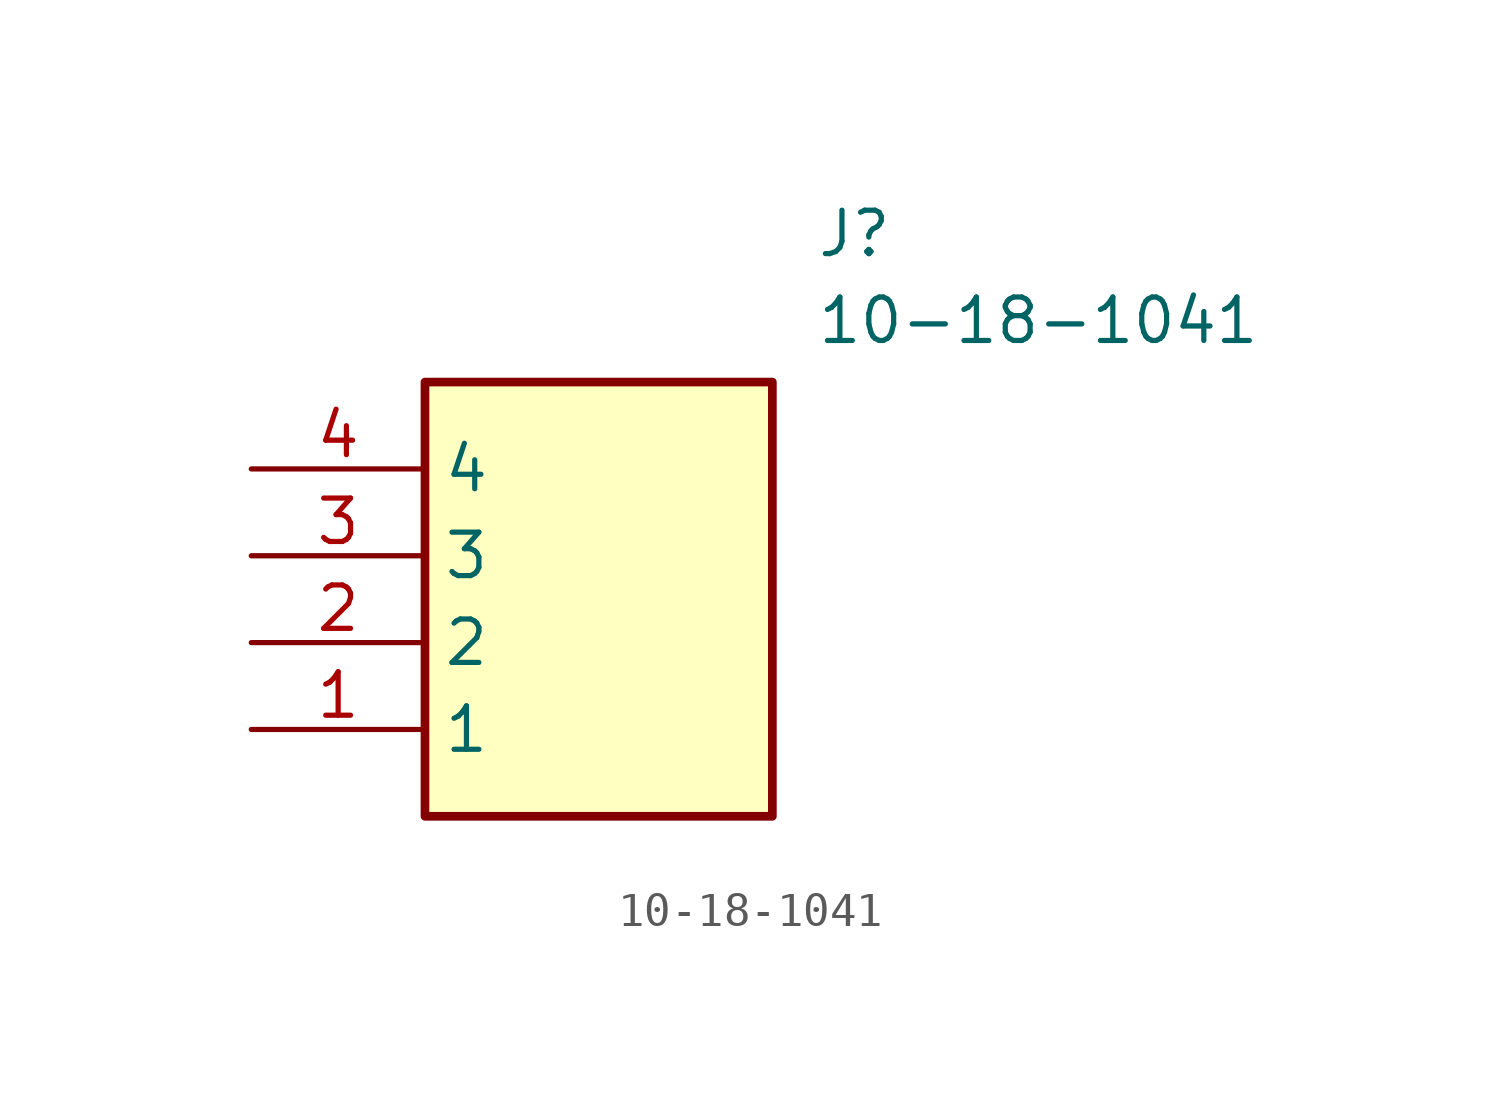
<source format=kicad_sym>
(kicad_symbol_lib
  (version 20211014)
  (generator SamacSys_ECAD_Model)
  (symbol "10-18-1041"
    (property "Reference" "J"
      (at 16.51 7.62 0)
      (effects (font (size 1.27 1.27)) (justify left top)))
    (property "Value" "10-18-1041"
      (at 16.51 5.08 0)
      (effects (font (size 1.27 1.27)) (justify left top)))
    (rectangle
      (start 5.08 2.54)
      (end 15.24 -10.16)
      (stroke (width 0.254) (type default))
      (fill (type background)))
    (pin passive line
      (at 0 -7.62 0)
      (length 5.08)
      (name "1" (effects (font (size 1.27 1.27))))
      (number "1" (effects (font (size 1.27 1.27)))))
    (pin passive line
      (at 0 -5.08 0)
      (length 5.08)
      (name "2" (effects (font (size 1.27 1.27))))
      (number "2" (effects (font (size 1.27 1.27)))))
    (pin passive line
      (at 0 -2.54 0)
      (length 5.08)
      (name "3" (effects (font (size 1.27 1.27))))
      (number "3" (effects (font (size 1.27 1.27)))))
    (pin passive line
      (at 0 0 0)
      (length 5.08)
      (name "4" (effects (font (size 1.27 1.27))))
      (number "4" (effects (font (size 1.27 1.27)))))))
</source>
